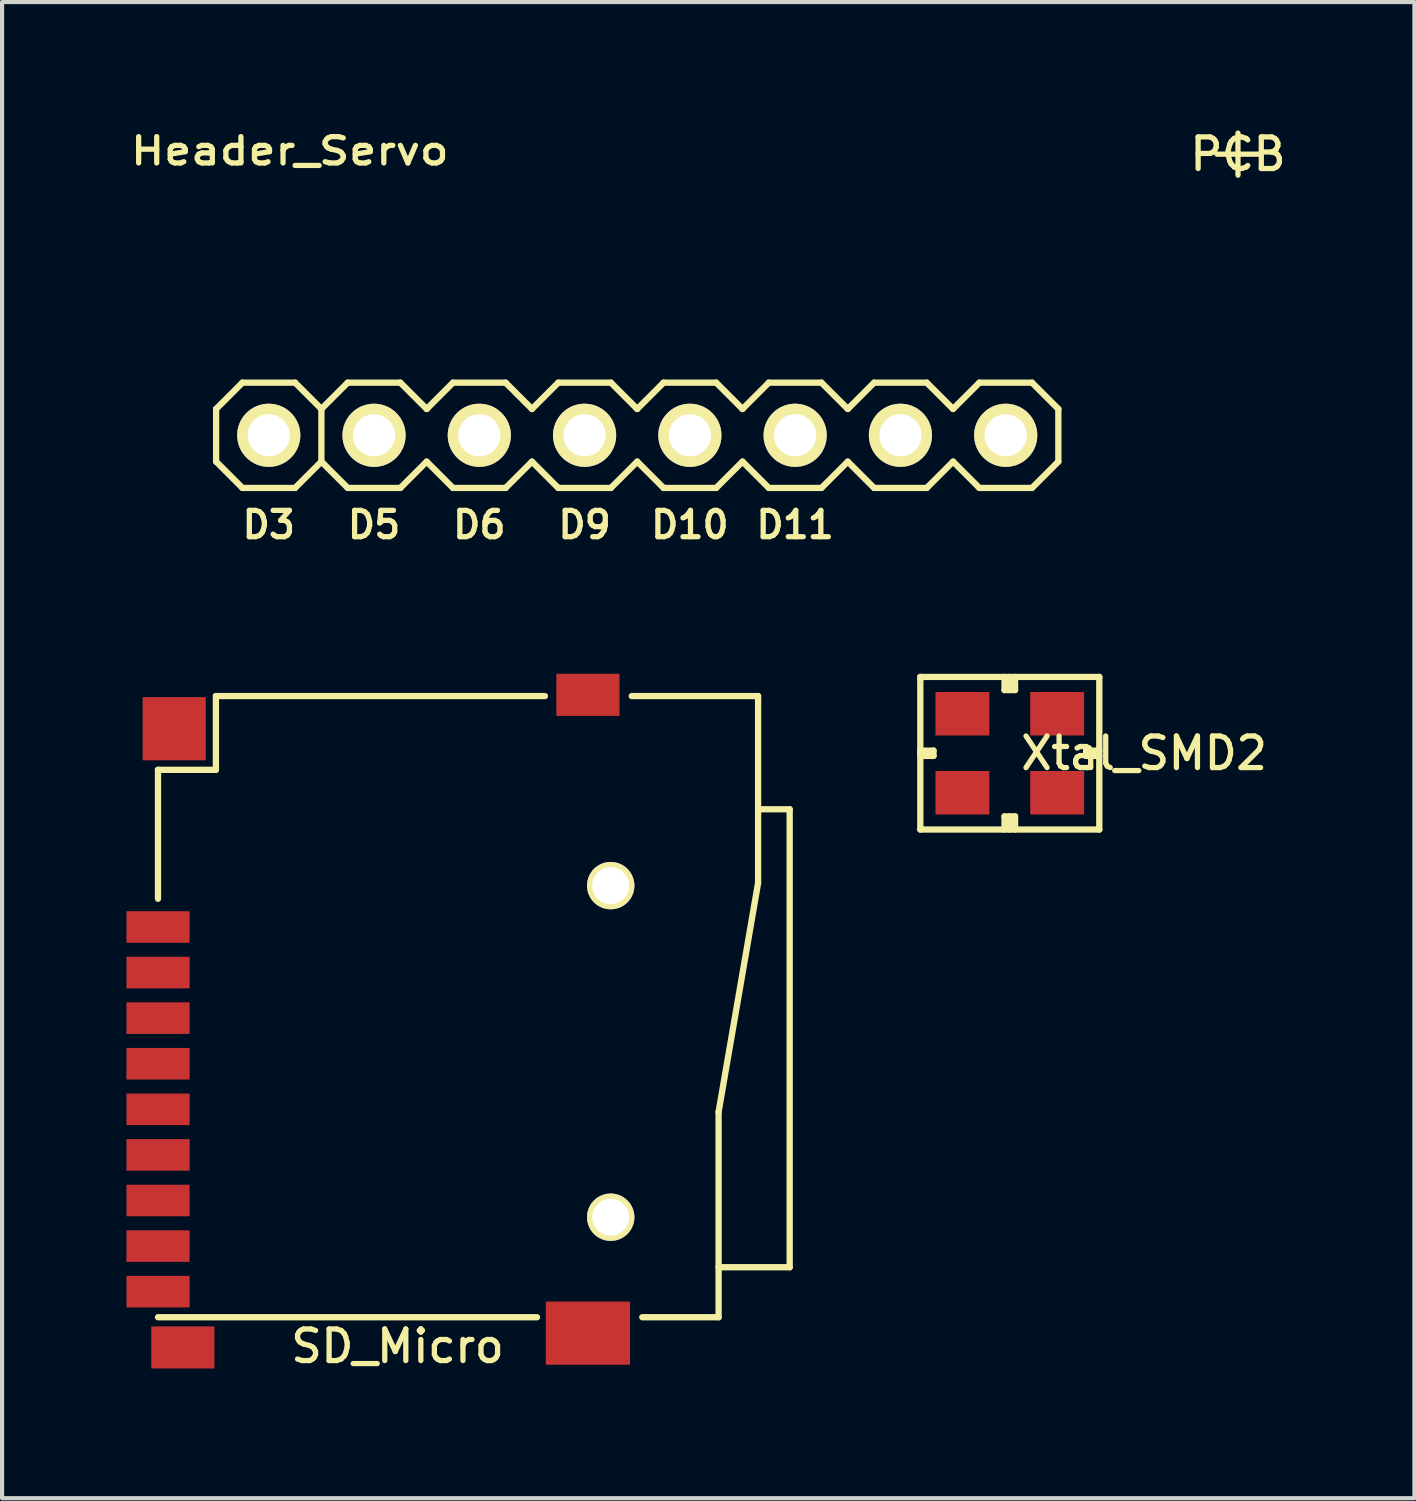
<source format=kicad_pcb>
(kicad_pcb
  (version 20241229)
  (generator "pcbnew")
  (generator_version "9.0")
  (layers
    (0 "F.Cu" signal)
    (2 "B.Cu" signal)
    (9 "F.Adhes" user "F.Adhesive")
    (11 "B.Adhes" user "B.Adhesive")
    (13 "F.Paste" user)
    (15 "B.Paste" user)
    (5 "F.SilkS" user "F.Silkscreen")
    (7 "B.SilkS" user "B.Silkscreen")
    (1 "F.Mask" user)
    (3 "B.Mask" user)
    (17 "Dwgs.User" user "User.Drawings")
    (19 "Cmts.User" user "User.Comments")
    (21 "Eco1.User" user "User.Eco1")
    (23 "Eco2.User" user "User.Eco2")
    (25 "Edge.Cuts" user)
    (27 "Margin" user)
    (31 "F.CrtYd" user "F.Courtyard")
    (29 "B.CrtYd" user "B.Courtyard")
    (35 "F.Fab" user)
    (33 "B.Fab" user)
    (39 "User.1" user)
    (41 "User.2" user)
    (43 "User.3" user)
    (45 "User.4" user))
  (footprint "SD_Micro"
    (layer "F.Cu")
    (at 0.762 23.714)
    (property "Reference" "SD_Micro" (at 5.779 5.715 0) (layer "F.SilkS") (effects (font (size 0.762 0.762) (thickness 0.127))))
    (attr smd)
    (fp_line (start 0 -8.191) (end 0 -5.08) (stroke (width 0.152) (type solid)) (layer "F.SilkS"))
    (fp_line (start 1.397 -9.97) (end 1.397 -8.191) (stroke (width 0.152) (type solid)) (layer "F.SilkS"))
    (fp_line (start 1.397 -8.191) (end 0 -8.191) (stroke (width 0.152) (type solid)) (layer "F.SilkS"))
    (fp_line (start 9.144 5.016) (end 0 5.016) (stroke (width 0.152) (type solid)) (layer "F.SilkS"))
    (fp_line (start 9.335 -9.97) (end 1.397 -9.97) (stroke (width 0.152) (type solid)) (layer "F.SilkS"))
    (fp_line (start 11.43 -9.97) (end 14.478 -9.97) (stroke (width 0.152) (type solid)) (layer "F.SilkS"))
    (fp_line (start 11.684 5.016) (end 13.525 5.016) (stroke (width 0.152) (type solid)) (layer "F.SilkS"))
    (fp_line (start 13.525 3.81) (end 13.525 0.064) (stroke (width 0.152) (type solid)) (layer "F.SilkS"))
    (fp_line (start 13.525 5.016) (end 13.525 3.81) (stroke (width 0.152) (type solid)) (layer "F.SilkS"))
    (fp_line (start 14.478 -9.97) (end 14.478 -7.176) (stroke (width 0.152) (type solid)) (layer "F.SilkS"))
    (fp_line (start 14.478 -7.176) (end 14.478 -5.461) (stroke (width 0.152) (type solid)) (layer "F.SilkS"))
    (fp_line (start 14.478 -5.461) (end 13.525 0.064) (stroke (width 0.152) (type solid)) (layer "F.SilkS"))
    (fp_line (start 15.24 -7.239) (end 14.478 -7.239) (stroke (width 0.152) (type solid)) (layer "F.SilkS"))
    (fp_line (start 15.24 -7.239) (end 15.24 3.81) (stroke (width 0.152) (type solid)) (layer "F.SilkS"))
    (fp_line (start 15.24 3.81) (end 13.589 3.81) (stroke (width 0.152) (type solid)) (layer "F.SilkS"))
    (pad "1" smd rect (at 0 -4.399) (size 1.524 0.762) (layers "F.Cu" "F.Mask" "F.Paste"))
    (pad "2" smd rect (at 0 -3.299) (size 1.524 0.762) (layers "F.Cu" "F.Mask" "F.Paste"))
    (pad "3" smd rect (at 0 -2.2) (size 1.524 0.762) (layers "F.Cu" "F.Mask" "F.Paste"))
    (pad "4" smd rect (at 0 -1.1) (size 1.524 0.762) (layers "F.Cu" "F.Mask" "F.Paste"))
    (pad "5" smd rect (at 0 0) (size 1.524 0.762) (layers "F.Cu" "F.Mask" "F.Paste"))
    (pad "6" smd rect (at 0 1.1) (size 1.524 0.762) (layers "F.Cu" "F.Mask" "F.Paste"))
    (pad "7" smd rect (at 0 2.2) (size 1.524 0.762) (layers "F.Cu" "F.Mask" "F.Paste"))
    (pad "8" smd rect (at 0 3.299) (size 1.524 0.762) (layers "F.Cu" "F.Mask" "F.Paste"))
    (pad "9" smd rect (at 0 4.399) (size 1.524 0.762) (layers "F.Cu" "F.Mask" "F.Paste"))
    (pad "G1" smd rect (at 0.599 5.745) (size 1.524 1.016) (layers "F.Cu" "F.Mask" "F.Paste"))
    (pad "G2" smd rect (at 10.373 5.4) (size 2.032 1.524) (layers "F.Cu" "F.Mask" "F.Paste"))
    (pad "G3" smd rect (at 10.373 -10) (size 1.524 1.016) (layers "F.Cu" "F.Mask" "F.Paste"))
    (pad "G4" smd rect (at 0.391 -9.182) (size 1.524 1.524) (layers "F.Cu" "F.Mask" "F.Paste"))
    (pad "H1" thru_hole circle (at 10.922 2.603) (size 1.143 1.143) (drill 0.889) (layers "*.Cu" "*.Mask" "F.SilkS"))
    (pad "H2" thru_hole circle (at 10.922 -5.397) (size 1.143 1.143) (drill 0.889) (layers "*.Cu" "*.Mask" "F.SilkS")))
  (footprint "PCB"
    (layer "F.Cu")
    (at 26.818 0.669)
    (property "Reference" "PCB" (at 0 0 0) (layer "F.SilkS") (effects (font (size 0.762 0.762) (thickness 0.127))))
    (attr smd)
    (fp_line (start 0 0) (end -0.508 0) (stroke (width 0.127) (type solid)) (layer "F.SilkS"))
    (fp_line (start 0 0) (end 0 -0.508) (stroke (width 0.127) (type solid)) (layer "F.SilkS"))
    (fp_line (start 0 0) (end 0 0.508) (stroke (width 0.127) (type solid)) (layer "F.SilkS"))
    (fp_line (start 0 0) (end 0.508 0) (stroke (width 0.127) (type solid)) (layer "F.SilkS")))
  (footprint "Header_Servo"
    (layer "F.Cu")
    (at 12.324 7.452)
    (property "Reference" "Header_Servo" (at -8.382 -6.858 0) (layer "F.SilkS") (effects (font (size 0.635 0.762) (thickness 0.127))))
    (attr smd)
    (fp_line (start -10.16 -0.635) (end -10.16 0.635) (stroke (width 0.152) (type solid)) (layer "F.SilkS"))
    (fp_line (start -10.16 0.635) (end -9.525 1.27) (stroke (width 0.152) (type solid)) (layer "F.SilkS"))
    (fp_line (start -9.525 -1.27) (end -10.16 -0.635) (stroke (width 0.152) (type solid)) (layer "F.SilkS"))
    (fp_line (start -9.525 1.27) (end -8.255 1.27) (stroke (width 0.152) (type solid)) (layer "F.SilkS"))
    (fp_line (start -8.255 -1.27) (end -9.525 -1.27) (stroke (width 0.152) (type solid)) (layer "F.SilkS"))
    (fp_line (start -8.255 1.27) (end -7.62 0.635) (stroke (width 0.152) (type solid)) (layer "F.SilkS"))
    (fp_line (start -7.62 -0.635) (end -8.255 -1.27) (stroke (width 0.152) (type solid)) (layer "F.SilkS"))
    (fp_line (start -7.62 -0.635) (end -7.62 0.635) (stroke (width 0.152) (type solid)) (layer "F.SilkS"))
    (fp_line (start -7.62 0.635) (end -6.985 1.27) (stroke (width 0.152) (type solid)) (layer "F.SilkS"))
    (fp_line (start -6.985 -1.27) (end -7.62 -0.635) (stroke (width 0.152) (type solid)) (layer "F.SilkS"))
    (fp_line (start -6.985 1.27) (end -5.715 1.27) (stroke (width 0.152) (type solid)) (layer "F.SilkS"))
    (fp_line (start -5.715 -1.27) (end -6.985 -1.27) (stroke (width 0.152) (type solid)) (layer "F.SilkS"))
    (fp_line (start -5.715 1.27) (end -5.08 0.635) (stroke (width 0.152) (type solid)) (layer "F.SilkS"))
    (fp_line (start -5.08 -0.635) (end -5.715 -1.27) (stroke (width 0.152) (type solid)) (layer "F.SilkS"))
    (fp_line (start -5.08 0.635) (end -4.445 1.27) (stroke (width 0.152) (type solid)) (layer "F.SilkS"))
    (fp_line (start -4.445 -1.27) (end -5.08 -0.635) (stroke (width 0.152) (type solid)) (layer "F.SilkS"))
    (fp_line (start -4.445 1.27) (end -3.175 1.27) (stroke (width 0.152) (type solid)) (layer "F.SilkS"))
    (fp_line (start -3.175 -1.27) (end -4.445 -1.27) (stroke (width 0.152) (type solid)) (layer "F.SilkS"))
    (fp_line (start -3.175 1.27) (end -2.54 0.635) (stroke (width 0.152) (type solid)) (layer "F.SilkS"))
    (fp_line (start -2.54 -0.635) (end -3.175 -1.27) (stroke (width 0.152) (type solid)) (layer "F.SilkS"))
    (fp_line (start -2.54 0.635) (end -1.905 1.27) (stroke (width 0.152) (type solid)) (layer "F.SilkS"))
    (fp_line (start -1.905 -1.27) (end -2.54 -0.635) (stroke (width 0.152) (type solid)) (layer "F.SilkS"))
    (fp_line (start -1.905 1.27) (end -0.635 1.27) (stroke (width 0.152) (type solid)) (layer "F.SilkS"))
    (fp_line (start -0.635 -1.27) (end -1.905 -1.27) (stroke (width 0.152) (type solid)) (layer "F.SilkS"))
    (fp_line (start -0.635 1.27) (end 0 0.635) (stroke (width 0.152) (type solid)) (layer "F.SilkS"))
    (fp_line (start 0 -0.635) (end -0.635 -1.27) (stroke (width 0.152) (type solid)) (layer "F.SilkS"))
    (fp_line (start 0 0.635) (end 0.635 1.27) (stroke (width 0.152) (type solid)) (layer "F.SilkS"))
    (fp_line (start 0.635 -1.27) (end 0 -0.635) (stroke (width 0.152) (type solid)) (layer "F.SilkS"))
    (fp_line (start 0.635 1.27) (end 1.905 1.27) (stroke (width 0.152) (type solid)) (layer "F.SilkS"))
    (fp_line (start 1.905 -1.27) (end 0.635 -1.27) (stroke (width 0.152) (type solid)) (layer "F.SilkS"))
    (fp_line (start 1.905 1.27) (end 2.54 0.635) (stroke (width 0.152) (type solid)) (layer "F.SilkS"))
    (fp_line (start 2.54 -0.635) (end 1.905 -1.27) (stroke (width 0.152) (type solid)) (layer "F.SilkS"))
    (fp_line (start 2.54 0.635) (end 3.175 1.27) (stroke (width 0.152) (type solid)) (layer "F.SilkS"))
    (fp_line (start 3.175 -1.27) (end 2.54 -0.635) (stroke (width 0.152) (type solid)) (layer "F.SilkS"))
    (fp_line (start 3.175 1.27) (end 4.445 1.27) (stroke (width 0.152) (type solid)) (layer "F.SilkS"))
    (fp_line (start 4.445 -1.27) (end 3.175 -1.27) (stroke (width 0.152) (type solid)) (layer "F.SilkS"))
    (fp_line (start 4.445 1.27) (end 5.08 0.635) (stroke (width 0.152) (type solid)) (layer "F.SilkS"))
    (fp_line (start 5.08 -0.635) (end 4.445 -1.27) (stroke (width 0.152) (type solid)) (layer "F.SilkS"))
    (fp_line (start 5.08 -0.635) (end 5.715 -1.27) (stroke (width 0.152) (type solid)) (layer "F.SilkS"))
    (fp_line (start 5.715 -1.27) (end 6.985 -1.27) (stroke (width 0.152) (type solid)) (layer "F.SilkS"))
    (fp_line (start 5.715 1.27) (end 5.08 0.635) (stroke (width 0.152) (type solid)) (layer "F.SilkS"))
    (fp_line (start 6.985 -1.27) (end 7.62 -0.635) (stroke (width 0.152) (type solid)) (layer "F.SilkS"))
    (fp_line (start 6.985 1.27) (end 5.715 1.27) (stroke (width 0.152) (type solid)) (layer "F.SilkS"))
    (fp_line (start 7.62 -0.635) (end 8.255 -1.27) (stroke (width 0.152) (type solid)) (layer "F.SilkS"))
    (fp_line (start 7.62 0.635) (end 6.985 1.27) (stroke (width 0.152) (type solid)) (layer "F.SilkS"))
    (fp_line (start 8.255 -1.27) (end 9.525 -1.27) (stroke (width 0.152) (type solid)) (layer "F.SilkS"))
    (fp_line (start 8.255 1.27) (end 7.62 0.635) (stroke (width 0.152) (type solid)) (layer "F.SilkS"))
    (fp_line (start 9.525 -1.27) (end 10.16 -0.635) (stroke (width 0.152) (type solid)) (layer "F.SilkS"))
    (fp_line (start 9.525 1.27) (end 8.255 1.27) (stroke (width 0.152) (type solid)) (layer "F.SilkS"))
    (fp_line (start 10.16 -0.635) (end 10.16 0.635) (stroke (width 0.152) (type solid)) (layer "F.SilkS"))
    (fp_line (start 10.16 0.635) (end 9.525 1.27) (stroke (width 0.152) (type solid)) (layer "F.SilkS"))
    (fp_text user "D11" (at 3.81 2.159 0) (layer "F.SilkS") (effects (font (size 0.635 0.635) (thickness 0.127))))
    (fp_text user "D9" (at -1.27 2.159 0) (layer "F.SilkS") (effects (font (size 0.635 0.635) (thickness 0.127))))
    (fp_text user "D6" (at -3.81 2.159 0) (layer "F.SilkS") (effects (font (size 0.635 0.635) (thickness 0.127))))
    (fp_text user "D10" (at 1.27 2.159 0) (layer "F.SilkS") (effects (font (size 0.635 0.635) (thickness 0.127))))
    (fp_text user "D3" (at -8.89 2.159 0) (layer "F.SilkS") (effects (font (size 0.635 0.635) (thickness 0.127))))
    (fp_text user "D5" (at -6.35 2.159 0) (layer "F.SilkS") (effects (font (size 0.635 0.635) (thickness 0.127))))
    (pad "1" thru_hole circle (at -8.89 0) (size 1.524 1.524) (drill 1.016) (layers "*.Cu" "*.Mask" "F.SilkS"))
    (pad "2" thru_hole circle (at -6.35 0) (size 1.524 1.524) (drill 1.016) (layers "*.Cu" "*.Mask" "F.SilkS"))
    (pad "3" thru_hole circle (at -3.81 0) (size 1.524 1.524) (drill 1.016) (layers "*.Cu" "*.Mask" "F.SilkS"))
    (pad "4" thru_hole circle (at -1.27 0) (size 1.524 1.524) (drill 1.016) (layers "*.Cu" "*.Mask" "F.SilkS"))
    (pad "5" thru_hole circle (at 1.27 0) (size 1.524 1.524) (drill 1.016) (layers "*.Cu" "*.Mask" "F.SilkS"))
    (pad "6" thru_hole circle (at 3.81 0) (size 1.524 1.524) (drill 1.016) (layers "*.Cu" "*.Mask" "F.SilkS"))
    (pad "7" thru_hole circle (at 6.35 0) (size 1.524 1.524) (drill 1.016) (layers "*.Cu" "*.Mask" "F.SilkS"))
    (pad "8" thru_hole circle (at 8.89 0) (size 1.524 1.524) (drill 1.016) (layers "*.Cu" "*.Mask" "F.SilkS")))
  (footprint "Xtal_SMD2"
    (layer "F.Cu")
    (at 21.313 15.123)
    (property "Reference" "Xtal_SMD2" (at 3.239 0 0) (layer "F.SilkS") (effects (font (size 0.762 0.762) (thickness 0.127))))
    (attr smd)
    (fp_line (start -2.159 -1.841) (end 2.159 -1.841) (stroke (width 0.152) (type solid)) (layer "F.SilkS"))
    (fp_line (start -2.159 -1.778) (end -2.159 -1.841) (stroke (width 0.152) (type solid)) (layer "F.SilkS"))
    (fp_line (start -2.159 -0.064) (end -1.841 -0.064) (stroke (width 0.152) (type solid)) (layer "F.SilkS"))
    (fp_line (start -2.159 0) (end -2.159 -1.778) (stroke (width 0.152) (type solid)) (layer "F.SilkS"))
    (fp_line (start -2.159 1.841) (end -2.159 0) (stroke (width 0.152) (type solid)) (layer "F.SilkS"))
    (fp_line (start -1.841 -0.064) (end -1.841 0.064) (stroke (width 0.152) (type solid)) (layer "F.SilkS"))
    (fp_line (start -1.841 0.064) (end -2.159 0.064) (stroke (width 0.152) (type solid)) (layer "F.SilkS"))
    (fp_line (start -0.127 -1.524) (end -0.127 -1.841) (stroke (width 0.152) (type solid)) (layer "F.SilkS"))
    (fp_line (start -0.127 1.524) (end 0.127 1.524) (stroke (width 0.152) (type solid)) (layer "F.SilkS"))
    (fp_line (start -0.127 1.841) (end -0.127 1.524) (stroke (width 0.152) (type solid)) (layer "F.SilkS"))
    (fp_line (start 0 -1.524) (end 0 -1.841) (stroke (width 0.152) (type solid)) (layer "F.SilkS"))
    (fp_line (start 0 1.524) (end 0 1.841) (stroke (width 0.152) (type solid)) (layer "F.SilkS"))
    (fp_line (start 0.127 -1.841) (end 0.127 -1.524) (stroke (width 0.152) (type solid)) (layer "F.SilkS"))
    (fp_line (start 0.127 -1.524) (end -0.127 -1.524) (stroke (width 0.152) (type solid)) (layer "F.SilkS"))
    (fp_line (start 0.127 1.524) (end 0.127 1.841) (stroke (width 0.152) (type solid)) (layer "F.SilkS"))
    (fp_line (start 1.841 -0.064) (end 1.841 0.064) (stroke (width 0.152) (type solid)) (layer "F.SilkS"))
    (fp_line (start 1.841 0.064) (end 2.159 0.064) (stroke (width 0.152) (type solid)) (layer "F.SilkS"))
    (fp_line (start 2.159 -1.841) (end 2.159 1.841) (stroke (width 0.152) (type solid)) (layer "F.SilkS"))
    (fp_line (start 2.159 -0.064) (end 1.841 -0.064) (stroke (width 0.152) (type solid)) (layer "F.SilkS"))
    (fp_line (start 2.159 1.841) (end -2.159 1.841) (stroke (width 0.152) (type solid)) (layer "F.SilkS"))
    (pad "1" smd rect (at -1.143 -0.953) (size 1.3 1.049) (layers "F.Cu" "F.Mask" "F.Paste"))
    (pad "1" smd rect (at -1.143 0.953) (size 1.3 1.049) (layers "F.Cu" "F.Mask" "F.Paste"))
    (pad "2" smd rect (at 1.143 -0.953) (size 1.3 1.049) (layers "F.Cu" "F.Mask" "F.Paste"))
    (pad "2" smd rect (at 1.143 0.953) (size 1.3 1.049) (layers "F.Cu" "F.Mask" "F.Paste")))
  (gr_rect
    (start -3 -3)
    (end 31.075 33.097)
    (stroke (width 0.1) (type default))
    (fill no)
    (layer "Edge.Cuts")))
</source>
